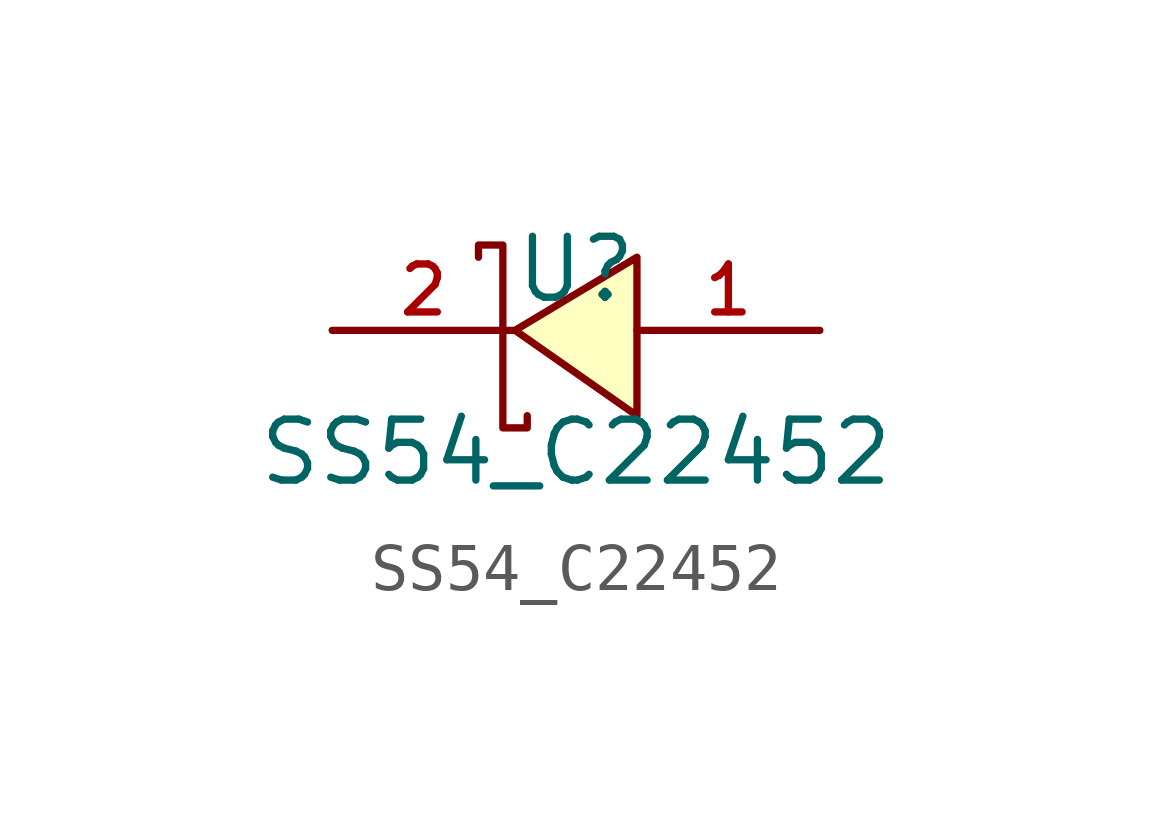
<source format=kicad_sym>
(kicad_symbol_lib
  (version 20210201)
  (generator TousstNicolas/JLC2KiCad_lib)
  (symbol "SS54_C22452"
    (pin_names hide)
    (property "Reference" "U"
      (at 0 1.27 0)
      (effects (font (size 1.27 1.27))))
    (property "Value" "SS54_C22452"
      (at 0 -2.54 0)
      (effects (font (size 1.27 1.27))))
    (symbol "SS54_C22452_0_1"
      (pin unspecified line (at 5.08 -0.0 180) (length 3.81) (name "A" (effects (font (size 1 1)))) (number "1" (effects (font (size 1 1)))))
      (pin unspecified line (at -5.08 -0.0 0) (length 3.81) (name "K" (effects (font (size 1 1)))) (number "2" (effects (font (size 1 1)))))
      (polyline (pts (xy -2.032 1.524) (xy -2.032 1.778) (xy -1.524 1.778) (xy -1.524 -2.032) (xy -1.016 -2.032) (xy -1.016 -1.778)) (stroke (width 0) (type default) (color 0 0 0 0)) (fill (type none)))
      (polyline (pts (xy 1.27 1.524) (xy -1.27 -0.0) (xy 1.27 -1.778) (xy 1.27 1.524)) (stroke (width 0) (type default) (color 0 0 0 0)) (fill (type background))))))
</source>
